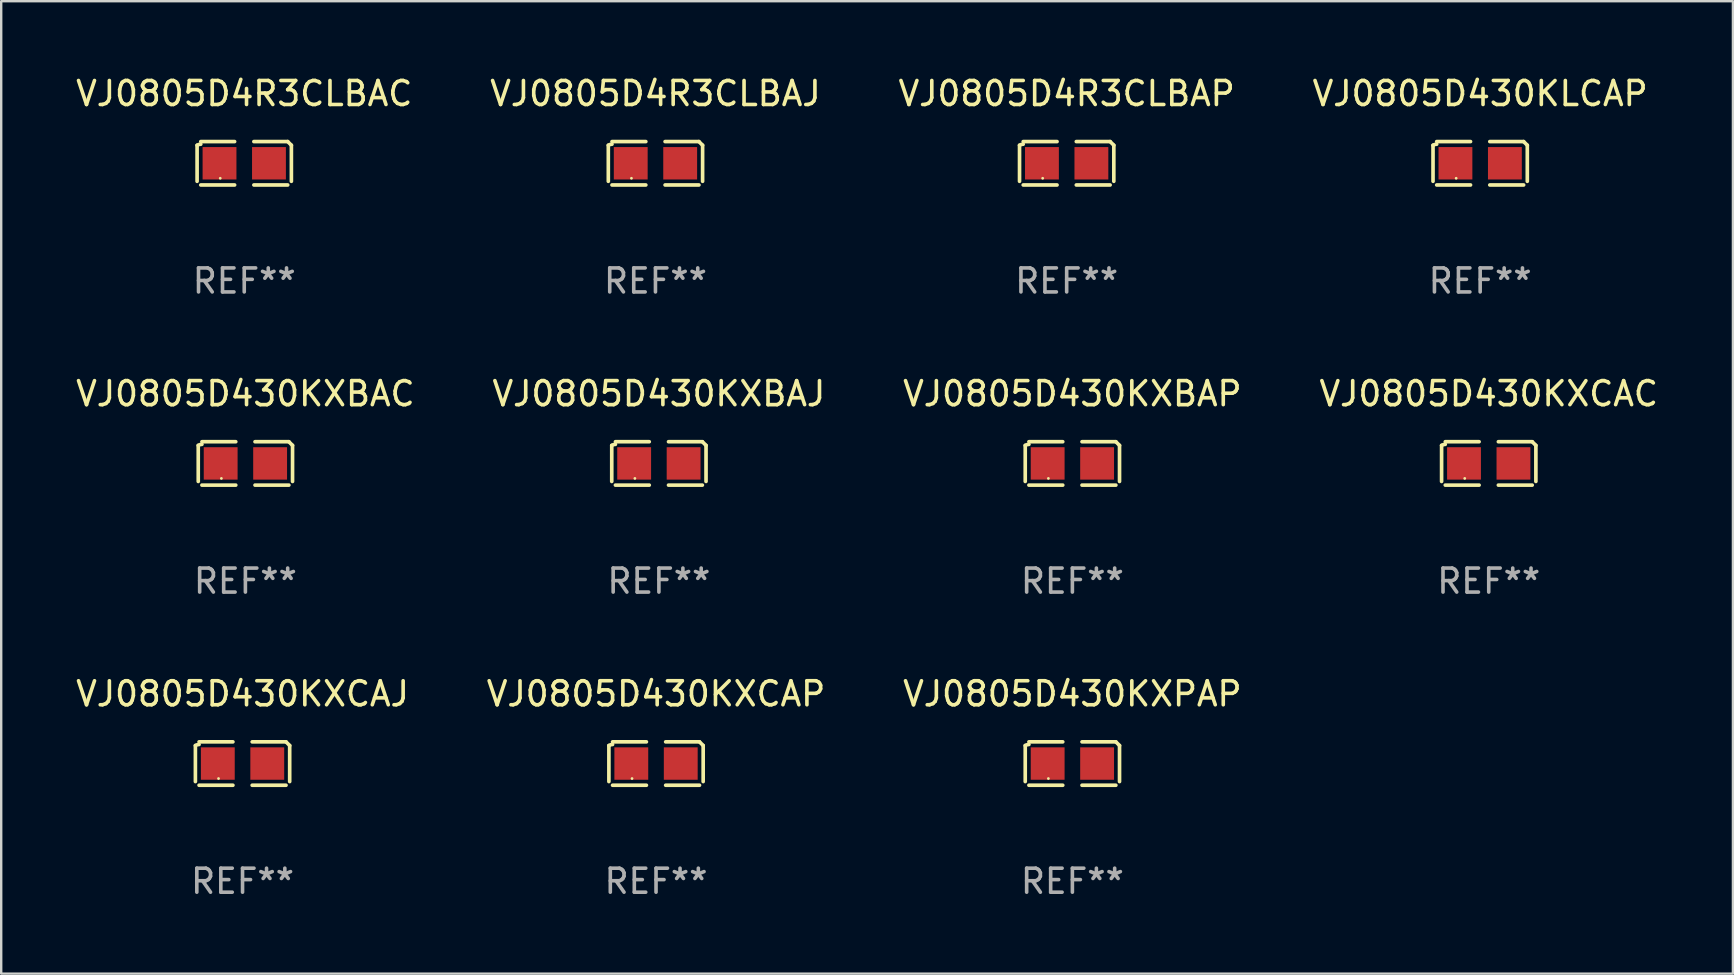
<source format=kicad_pcb>
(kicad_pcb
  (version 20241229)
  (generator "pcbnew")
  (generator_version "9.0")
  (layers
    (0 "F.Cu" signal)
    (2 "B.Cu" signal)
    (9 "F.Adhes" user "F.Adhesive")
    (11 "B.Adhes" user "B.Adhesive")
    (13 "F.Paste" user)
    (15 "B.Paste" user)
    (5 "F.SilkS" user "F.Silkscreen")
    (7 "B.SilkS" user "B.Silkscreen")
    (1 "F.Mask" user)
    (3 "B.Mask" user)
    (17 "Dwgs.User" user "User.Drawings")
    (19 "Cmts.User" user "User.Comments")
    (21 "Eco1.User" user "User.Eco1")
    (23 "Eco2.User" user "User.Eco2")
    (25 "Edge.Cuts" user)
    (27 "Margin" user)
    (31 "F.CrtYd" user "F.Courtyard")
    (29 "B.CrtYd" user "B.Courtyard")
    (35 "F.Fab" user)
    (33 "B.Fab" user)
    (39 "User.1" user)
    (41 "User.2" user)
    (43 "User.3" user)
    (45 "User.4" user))
  (footprint "VJ0805D430KXBAJ"
    (layer "F.Cu")
    (at 24.399 16.256)
    (property "Reference" "VJ0805D430KXBAJ" (at 0 -2.904 0) (layer "F.SilkS") (effects (font (size 1 1) (thickness 0.15))))
    (attr through_hole)
    (fp_line (start -1.964 0.751) (end -1.964 -0.751) (stroke (width 0.152) (type solid)) (layer "F.SilkS"))
    (fp_line (start -1.811 -0.904) (end -0.401 -0.904) (stroke (width 0.152) (type solid)) (layer "F.SilkS"))
    (fp_line (start -0.401 0.904) (end -1.811 0.904) (stroke (width 0.152) (type solid)) (layer "F.SilkS"))
    (fp_line (start 0.401 0.904) (end 1.811 0.904) (stroke (width 0.152) (type solid)) (layer "F.SilkS"))
    (fp_line (start 1.811 -0.904) (end 0.401 -0.904) (stroke (width 0.152) (type solid)) (layer "F.SilkS"))
    (fp_line (start 1.964 0.751) (end 1.964 -0.751) (stroke (width 0.152) (type solid)) (layer "F.SilkS"))
    (fp_arc (start -1.963602 -0.751207) (mid -1.890354 -0.783131) (end -1.811201 -0.794044) (stroke (width 0.1524) (type solid)) (layer "F.SilkS"))
    (fp_arc (start 1.811202 -0.903607) (mid 1.887413 -0.827418) (end 1.963602 -0.751207) (stroke (width 0.1524) (type solid)) (layer "F.SilkS"))
    (fp_circle (center -1 0.625) (end -0.97 0.625) (stroke (width 0.06) (type solid)) (fill no) (layer "F.SilkS"))
    (fp_text user "REF**" (at 0 4.904 0) (layer "F.Fab") (effects (font (size 1 1) (thickness 0.15))))
    (pad "1" smd rect (at -1.03 0) (size 1.41 1.35) (layers "F.Cu" "F.Mask" "F.Paste"))
    (pad "2" smd rect (at 1.03 0) (size 1.41 1.35) (layers "F.Cu" "F.Mask" "F.Paste")))
  (footprint "VJ0805D4R3CLBAP"
    (layer "F.Cu")
    (at 41.387 3.752)
    (property "Reference" "VJ0805D4R3CLBAP" (at 0 -2.904 0) (layer "F.SilkS") (effects (font (size 1 1) (thickness 0.15))))
    (attr through_hole)
    (fp_line (start -1.964 0.751) (end -1.964 -0.751) (stroke (width 0.152) (type solid)) (layer "F.SilkS"))
    (fp_line (start -1.811 -0.904) (end -0.401 -0.904) (stroke (width 0.152) (type solid)) (layer "F.SilkS"))
    (fp_line (start -0.401 0.904) (end -1.811 0.904) (stroke (width 0.152) (type solid)) (layer "F.SilkS"))
    (fp_line (start 0.401 0.904) (end 1.811 0.904) (stroke (width 0.152) (type solid)) (layer "F.SilkS"))
    (fp_line (start 1.811 -0.904) (end 0.401 -0.904) (stroke (width 0.152) (type solid)) (layer "F.SilkS"))
    (fp_line (start 1.964 0.751) (end 1.964 -0.751) (stroke (width 0.152) (type solid)) (layer "F.SilkS"))
    (fp_arc (start -1.963602 -0.751207) (mid -1.890354 -0.783131) (end -1.811201 -0.794044) (stroke (width 0.1524) (type solid)) (layer "F.SilkS"))
    (fp_arc (start 1.811202 -0.903607) (mid 1.887413 -0.827418) (end 1.963602 -0.751207) (stroke (width 0.1524) (type solid)) (layer "F.SilkS"))
    (fp_circle (center -1 0.625) (end -0.97 0.625) (stroke (width 0.06) (type solid)) (fill no) (layer "F.SilkS"))
    (fp_text user "REF**" (at 0 4.904 0) (layer "F.Fab") (effects (font (size 1 1) (thickness 0.15))))
    (pad "1" smd rect (at -1.03 0) (size 1.41 1.35) (layers "F.Cu" "F.Mask" "F.Paste"))
    (pad "2" smd rect (at 1.03 0) (size 1.41 1.35) (layers "F.Cu" "F.Mask" "F.Paste")))
  (footprint "VJ0805D430KXPAP"
    (layer "F.Cu")
    (at 41.625 28.759)
    (property "Reference" "VJ0805D430KXPAP" (at 0 -2.904 0) (layer "F.SilkS") (effects (font (size 1 1) (thickness 0.15))))
    (attr through_hole)
    (fp_line (start -1.964 0.751) (end -1.964 -0.751) (stroke (width 0.152) (type solid)) (layer "F.SilkS"))
    (fp_line (start -1.811 -0.904) (end -0.401 -0.904) (stroke (width 0.152) (type solid)) (layer "F.SilkS"))
    (fp_line (start -0.401 0.904) (end -1.811 0.904) (stroke (width 0.152) (type solid)) (layer "F.SilkS"))
    (fp_line (start 0.401 0.904) (end 1.811 0.904) (stroke (width 0.152) (type solid)) (layer "F.SilkS"))
    (fp_line (start 1.811 -0.904) (end 0.401 -0.904) (stroke (width 0.152) (type solid)) (layer "F.SilkS"))
    (fp_line (start 1.964 0.751) (end 1.964 -0.751) (stroke (width 0.152) (type solid)) (layer "F.SilkS"))
    (fp_arc (start -1.963602 -0.751207) (mid -1.890354 -0.783131) (end -1.811201 -0.794044) (stroke (width 0.1524) (type solid)) (layer "F.SilkS"))
    (fp_arc (start 1.811202 -0.903607) (mid 1.887413 -0.827418) (end 1.963602 -0.751207) (stroke (width 0.1524) (type solid)) (layer "F.SilkS"))
    (fp_circle (center -1 0.625) (end -0.97 0.625) (stroke (width 0.06) (type solid)) (fill no) (layer "F.SilkS"))
    (fp_text user "REF**" (at 0 4.904 0) (layer "F.Fab") (effects (font (size 1 1) (thickness 0.15))))
    (pad "1" smd rect (at -1.03 0) (size 1.41 1.35) (layers "F.Cu" "F.Mask" "F.Paste"))
    (pad "2" smd rect (at 1.03 0) (size 1.41 1.35) (layers "F.Cu" "F.Mask" "F.Paste")))
  (footprint "VJ0805D430KXCAP"
    (layer "F.Cu")
    (at 24.28 28.759)
    (property "Reference" "VJ0805D430KXCAP" (at 0 -2.904 0) (layer "F.SilkS") (effects (font (size 1 1) (thickness 0.15))))
    (attr through_hole)
    (fp_line (start -1.964 0.751) (end -1.964 -0.751) (stroke (width 0.152) (type solid)) (layer "F.SilkS"))
    (fp_line (start -1.811 -0.904) (end -0.401 -0.904) (stroke (width 0.152) (type solid)) (layer "F.SilkS"))
    (fp_line (start -0.401 0.904) (end -1.811 0.904) (stroke (width 0.152) (type solid)) (layer "F.SilkS"))
    (fp_line (start 0.401 0.904) (end 1.811 0.904) (stroke (width 0.152) (type solid)) (layer "F.SilkS"))
    (fp_line (start 1.811 -0.904) (end 0.401 -0.904) (stroke (width 0.152) (type solid)) (layer "F.SilkS"))
    (fp_line (start 1.964 0.751) (end 1.964 -0.751) (stroke (width 0.152) (type solid)) (layer "F.SilkS"))
    (fp_arc (start -1.963602 -0.751207) (mid -1.890354 -0.783131) (end -1.811201 -0.794044) (stroke (width 0.1524) (type solid)) (layer "F.SilkS"))
    (fp_arc (start 1.811202 -0.903607) (mid 1.887413 -0.827418) (end 1.963602 -0.751207) (stroke (width 0.1524) (type solid)) (layer "F.SilkS"))
    (fp_circle (center -1 0.625) (end -0.97 0.625) (stroke (width 0.06) (type solid)) (fill no) (layer "F.SilkS"))
    (fp_text user "REF**" (at 0 4.904 0) (layer "F.Fab") (effects (font (size 1 1) (thickness 0.15))))
    (pad "1" smd rect (at -1.03 0) (size 1.41 1.35) (layers "F.Cu" "F.Mask" "F.Paste"))
    (pad "2" smd rect (at 1.03 0) (size 1.41 1.35) (layers "F.Cu" "F.Mask" "F.Paste")))
  (footprint "VJ0805D430KXCAJ"
    (layer "F.Cu")
    (at 7.054 28.759)
    (property "Reference" "VJ0805D430KXCAJ" (at 0 -2.904 0) (layer "F.SilkS") (effects (font (size 1 1) (thickness 0.15))))
    (attr through_hole)
    (fp_line (start -1.964 0.751) (end -1.964 -0.751) (stroke (width 0.152) (type solid)) (layer "F.SilkS"))
    (fp_line (start -1.811 -0.904) (end -0.401 -0.904) (stroke (width 0.152) (type solid)) (layer "F.SilkS"))
    (fp_line (start -0.401 0.904) (end -1.811 0.904) (stroke (width 0.152) (type solid)) (layer "F.SilkS"))
    (fp_line (start 0.401 0.904) (end 1.811 0.904) (stroke (width 0.152) (type solid)) (layer "F.SilkS"))
    (fp_line (start 1.811 -0.904) (end 0.401 -0.904) (stroke (width 0.152) (type solid)) (layer "F.SilkS"))
    (fp_line (start 1.964 0.751) (end 1.964 -0.751) (stroke (width 0.152) (type solid)) (layer "F.SilkS"))
    (fp_arc (start -1.963602 -0.751207) (mid -1.890354 -0.783131) (end -1.811201 -0.794044) (stroke (width 0.1524) (type solid)) (layer "F.SilkS"))
    (fp_arc (start 1.811202 -0.903607) (mid 1.887413 -0.827418) (end 1.963602 -0.751207) (stroke (width 0.1524) (type solid)) (layer "F.SilkS"))
    (fp_circle (center -1 0.625) (end -0.97 0.625) (stroke (width 0.06) (type solid)) (fill no) (layer "F.SilkS"))
    (fp_text user "REF**" (at 0 4.904 0) (layer "F.Fab") (effects (font (size 1 1) (thickness 0.15))))
    (pad "1" smd rect (at -1.03 0) (size 1.41 1.35) (layers "F.Cu" "F.Mask" "F.Paste"))
    (pad "2" smd rect (at 1.03 0) (size 1.41 1.35) (layers "F.Cu" "F.Mask" "F.Paste")))
  (footprint "VJ0805D430KXCAC"
    (layer "F.Cu")
    (at 58.97 16.256)
    (property "Reference" "VJ0805D430KXCAC" (at 0 -2.904 0) (layer "F.SilkS") (effects (font (size 1 1) (thickness 0.15))))
    (attr through_hole)
    (fp_line (start -1.964 0.751) (end -1.964 -0.751) (stroke (width 0.152) (type solid)) (layer "F.SilkS"))
    (fp_line (start -1.811 -0.904) (end -0.401 -0.904) (stroke (width 0.152) (type solid)) (layer "F.SilkS"))
    (fp_line (start -0.401 0.904) (end -1.811 0.904) (stroke (width 0.152) (type solid)) (layer "F.SilkS"))
    (fp_line (start 0.401 0.904) (end 1.811 0.904) (stroke (width 0.152) (type solid)) (layer "F.SilkS"))
    (fp_line (start 1.811 -0.904) (end 0.401 -0.904) (stroke (width 0.152) (type solid)) (layer "F.SilkS"))
    (fp_line (start 1.964 0.751) (end 1.964 -0.751) (stroke (width 0.152) (type solid)) (layer "F.SilkS"))
    (fp_arc (start -1.963602 -0.751207) (mid -1.890354 -0.783131) (end -1.811201 -0.794044) (stroke (width 0.1524) (type solid)) (layer "F.SilkS"))
    (fp_arc (start 1.811202 -0.903607) (mid 1.887413 -0.827418) (end 1.963602 -0.751207) (stroke (width 0.1524) (type solid)) (layer "F.SilkS"))
    (fp_circle (center -1 0.625) (end -0.97 0.625) (stroke (width 0.06) (type solid)) (fill no) (layer "F.SilkS"))
    (fp_text user "REF**" (at 0 4.904 0) (layer "F.Fab") (effects (font (size 1 1) (thickness 0.15))))
    (pad "1" smd rect (at -1.03 0) (size 1.41 1.35) (layers "F.Cu" "F.Mask" "F.Paste"))
    (pad "2" smd rect (at 1.03 0) (size 1.41 1.35) (layers "F.Cu" "F.Mask" "F.Paste")))
  (footprint "VJ0805D430KLCAP"
    (layer "F.Cu")
    (at 58.613 3.752)
    (property "Reference" "VJ0805D430KLCAP" (at 0 -2.904 0) (layer "F.SilkS") (effects (font (size 1 1) (thickness 0.15))))
    (attr through_hole)
    (fp_line (start -1.964 0.751) (end -1.964 -0.751) (stroke (width 0.152) (type solid)) (layer "F.SilkS"))
    (fp_line (start -1.811 -0.904) (end -0.401 -0.904) (stroke (width 0.152) (type solid)) (layer "F.SilkS"))
    (fp_line (start -0.401 0.904) (end -1.811 0.904) (stroke (width 0.152) (type solid)) (layer "F.SilkS"))
    (fp_line (start 0.401 0.904) (end 1.811 0.904) (stroke (width 0.152) (type solid)) (layer "F.SilkS"))
    (fp_line (start 1.811 -0.904) (end 0.401 -0.904) (stroke (width 0.152) (type solid)) (layer "F.SilkS"))
    (fp_line (start 1.964 0.751) (end 1.964 -0.751) (stroke (width 0.152) (type solid)) (layer "F.SilkS"))
    (fp_arc (start -1.963602 -0.751207) (mid -1.890354 -0.783131) (end -1.811201 -0.794044) (stroke (width 0.1524) (type solid)) (layer "F.SilkS"))
    (fp_arc (start 1.811202 -0.903607) (mid 1.887413 -0.827418) (end 1.963602 -0.751207) (stroke (width 0.1524) (type solid)) (layer "F.SilkS"))
    (fp_circle (center -1 0.625) (end -0.97 0.625) (stroke (width 0.06) (type solid)) (fill no) (layer "F.SilkS"))
    (fp_text user "REF**" (at 0 4.904 0) (layer "F.Fab") (effects (font (size 1 1) (thickness 0.15))))
    (pad "1" smd rect (at -1.03 0) (size 1.41 1.35) (layers "F.Cu" "F.Mask" "F.Paste"))
    (pad "2" smd rect (at 1.03 0) (size 1.41 1.35) (layers "F.Cu" "F.Mask" "F.Paste")))
  (footprint "VJ0805D4R3CLBAC"
    (layer "F.Cu")
    (at 7.125 3.752)
    (property "Reference" "VJ0805D4R3CLBAC" (at 0 -2.904 0) (layer "F.SilkS") (effects (font (size 1 1) (thickness 0.15))))
    (attr through_hole)
    (fp_line (start -1.964 0.751) (end -1.964 -0.751) (stroke (width 0.152) (type solid)) (layer "F.SilkS"))
    (fp_line (start -1.811 -0.904) (end -0.401 -0.904) (stroke (width 0.152) (type solid)) (layer "F.SilkS"))
    (fp_line (start -0.401 0.904) (end -1.811 0.904) (stroke (width 0.152) (type solid)) (layer "F.SilkS"))
    (fp_line (start 0.401 0.904) (end 1.811 0.904) (stroke (width 0.152) (type solid)) (layer "F.SilkS"))
    (fp_line (start 1.811 -0.904) (end 0.401 -0.904) (stroke (width 0.152) (type solid)) (layer "F.SilkS"))
    (fp_line (start 1.964 0.751) (end 1.964 -0.751) (stroke (width 0.152) (type solid)) (layer "F.SilkS"))
    (fp_arc (start -1.963602 -0.751207) (mid -1.890354 -0.783131) (end -1.811201 -0.794044) (stroke (width 0.1524) (type solid)) (layer "F.SilkS"))
    (fp_arc (start 1.811202 -0.903607) (mid 1.887413 -0.827418) (end 1.963602 -0.751207) (stroke (width 0.1524) (type solid)) (layer "F.SilkS"))
    (fp_circle (center -1 0.625) (end -0.97 0.625) (stroke (width 0.06) (type solid)) (fill no) (layer "F.SilkS"))
    (fp_text user "REF**" (at 0 4.904 0) (layer "F.Fab") (effects (font (size 1 1) (thickness 0.15))))
    (pad "1" smd rect (at -1.03 0) (size 1.41 1.35) (layers "F.Cu" "F.Mask" "F.Paste"))
    (pad "2" smd rect (at 1.03 0) (size 1.41 1.35) (layers "F.Cu" "F.Mask" "F.Paste")))
  (footprint "VJ0805D430KXBAC"
    (layer "F.Cu")
    (at 7.173 16.256)
    (property "Reference" "VJ0805D430KXBAC" (at 0 -2.904 0) (layer "F.SilkS") (effects (font (size 1 1) (thickness 0.15))))
    (attr through_hole)
    (fp_line (start -1.964 0.751) (end -1.964 -0.751) (stroke (width 0.152) (type solid)) (layer "F.SilkS"))
    (fp_line (start -1.811 -0.904) (end -0.401 -0.904) (stroke (width 0.152) (type solid)) (layer "F.SilkS"))
    (fp_line (start -0.401 0.904) (end -1.811 0.904) (stroke (width 0.152) (type solid)) (layer "F.SilkS"))
    (fp_line (start 0.401 0.904) (end 1.811 0.904) (stroke (width 0.152) (type solid)) (layer "F.SilkS"))
    (fp_line (start 1.811 -0.904) (end 0.401 -0.904) (stroke (width 0.152) (type solid)) (layer "F.SilkS"))
    (fp_line (start 1.964 0.751) (end 1.964 -0.751) (stroke (width 0.152) (type solid)) (layer "F.SilkS"))
    (fp_arc (start -1.963602 -0.751207) (mid -1.890354 -0.783131) (end -1.811201 -0.794044) (stroke (width 0.1524) (type solid)) (layer "F.SilkS"))
    (fp_arc (start 1.811202 -0.903607) (mid 1.887413 -0.827418) (end 1.963602 -0.751207) (stroke (width 0.1524) (type solid)) (layer "F.SilkS"))
    (fp_circle (center -1 0.625) (end -0.97 0.625) (stroke (width 0.06) (type solid)) (fill no) (layer "F.SilkS"))
    (fp_text user "REF**" (at 0 4.904 0) (layer "F.Fab") (effects (font (size 1 1) (thickness 0.15))))
    (pad "1" smd rect (at -1.03 0) (size 1.41 1.35) (layers "F.Cu" "F.Mask" "F.Paste"))
    (pad "2" smd rect (at 1.03 0) (size 1.41 1.35) (layers "F.Cu" "F.Mask" "F.Paste")))
  (footprint "VJ0805D4R3CLBAJ"
    (layer "F.Cu")
    (at 24.256 3.752)
    (property "Reference" "VJ0805D4R3CLBAJ" (at 0 -2.904 0) (layer "F.SilkS") (effects (font (size 1 1) (thickness 0.15))))
    (attr through_hole)
    (fp_line (start -1.964 0.751) (end -1.964 -0.751) (stroke (width 0.152) (type solid)) (layer "F.SilkS"))
    (fp_line (start -1.811 -0.904) (end -0.401 -0.904) (stroke (width 0.152) (type solid)) (layer "F.SilkS"))
    (fp_line (start -0.401 0.904) (end -1.811 0.904) (stroke (width 0.152) (type solid)) (layer "F.SilkS"))
    (fp_line (start 0.401 0.904) (end 1.811 0.904) (stroke (width 0.152) (type solid)) (layer "F.SilkS"))
    (fp_line (start 1.811 -0.904) (end 0.401 -0.904) (stroke (width 0.152) (type solid)) (layer "F.SilkS"))
    (fp_line (start 1.964 0.751) (end 1.964 -0.751) (stroke (width 0.152) (type solid)) (layer "F.SilkS"))
    (fp_arc (start -1.963602 -0.751207) (mid -1.890354 -0.783131) (end -1.811201 -0.794044) (stroke (width 0.1524) (type solid)) (layer "F.SilkS"))
    (fp_arc (start 1.811202 -0.903607) (mid 1.887413 -0.827418) (end 1.963602 -0.751207) (stroke (width 0.1524) (type solid)) (layer "F.SilkS"))
    (fp_circle (center -1 0.625) (end -0.97 0.625) (stroke (width 0.06) (type solid)) (fill no) (layer "F.SilkS"))
    (fp_text user "REF**" (at 0 4.904 0) (layer "F.Fab") (effects (font (size 1 1) (thickness 0.15))))
    (pad "1" smd rect (at -1.03 0) (size 1.41 1.35) (layers "F.Cu" "F.Mask" "F.Paste"))
    (pad "2" smd rect (at 1.03 0) (size 1.41 1.35) (layers "F.Cu" "F.Mask" "F.Paste")))
  (footprint "VJ0805D430KXBAP"
    (layer "F.Cu")
    (at 41.625 16.256)
    (property "Reference" "VJ0805D430KXBAP" (at 0 -2.904 0) (layer "F.SilkS") (effects (font (size 1 1) (thickness 0.15))))
    (attr through_hole)
    (fp_line (start -1.964 0.751) (end -1.964 -0.751) (stroke (width 0.152) (type solid)) (layer "F.SilkS"))
    (fp_line (start -1.811 -0.904) (end -0.401 -0.904) (stroke (width 0.152) (type solid)) (layer "F.SilkS"))
    (fp_line (start -0.401 0.904) (end -1.811 0.904) (stroke (width 0.152) (type solid)) (layer "F.SilkS"))
    (fp_line (start 0.401 0.904) (end 1.811 0.904) (stroke (width 0.152) (type solid)) (layer "F.SilkS"))
    (fp_line (start 1.811 -0.904) (end 0.401 -0.904) (stroke (width 0.152) (type solid)) (layer "F.SilkS"))
    (fp_line (start 1.964 0.751) (end 1.964 -0.751) (stroke (width 0.152) (type solid)) (layer "F.SilkS"))
    (fp_arc (start -1.963602 -0.751207) (mid -1.890354 -0.783131) (end -1.811201 -0.794044) (stroke (width 0.1524) (type solid)) (layer "F.SilkS"))
    (fp_arc (start 1.811202 -0.903607) (mid 1.887413 -0.827418) (end 1.963602 -0.751207) (stroke (width 0.1524) (type solid)) (layer "F.SilkS"))
    (fp_circle (center -1 0.625) (end -0.97 0.625) (stroke (width 0.06) (type solid)) (fill no) (layer "F.SilkS"))
    (fp_text user "REF**" (at 0 4.904 0) (layer "F.Fab") (effects (font (size 1 1) (thickness 0.15))))
    (pad "1" smd rect (at -1.03 0) (size 1.41 1.35) (layers "F.Cu" "F.Mask" "F.Paste"))
    (pad "2" smd rect (at 1.03 0) (size 1.41 1.35) (layers "F.Cu" "F.Mask" "F.Paste")))
  (gr_rect
    (start -3 -3)
    (end 69.143 37.511)
    (stroke (width 0.1) (type default))
    (fill no)
    (layer "Edge.Cuts")))
</source>
